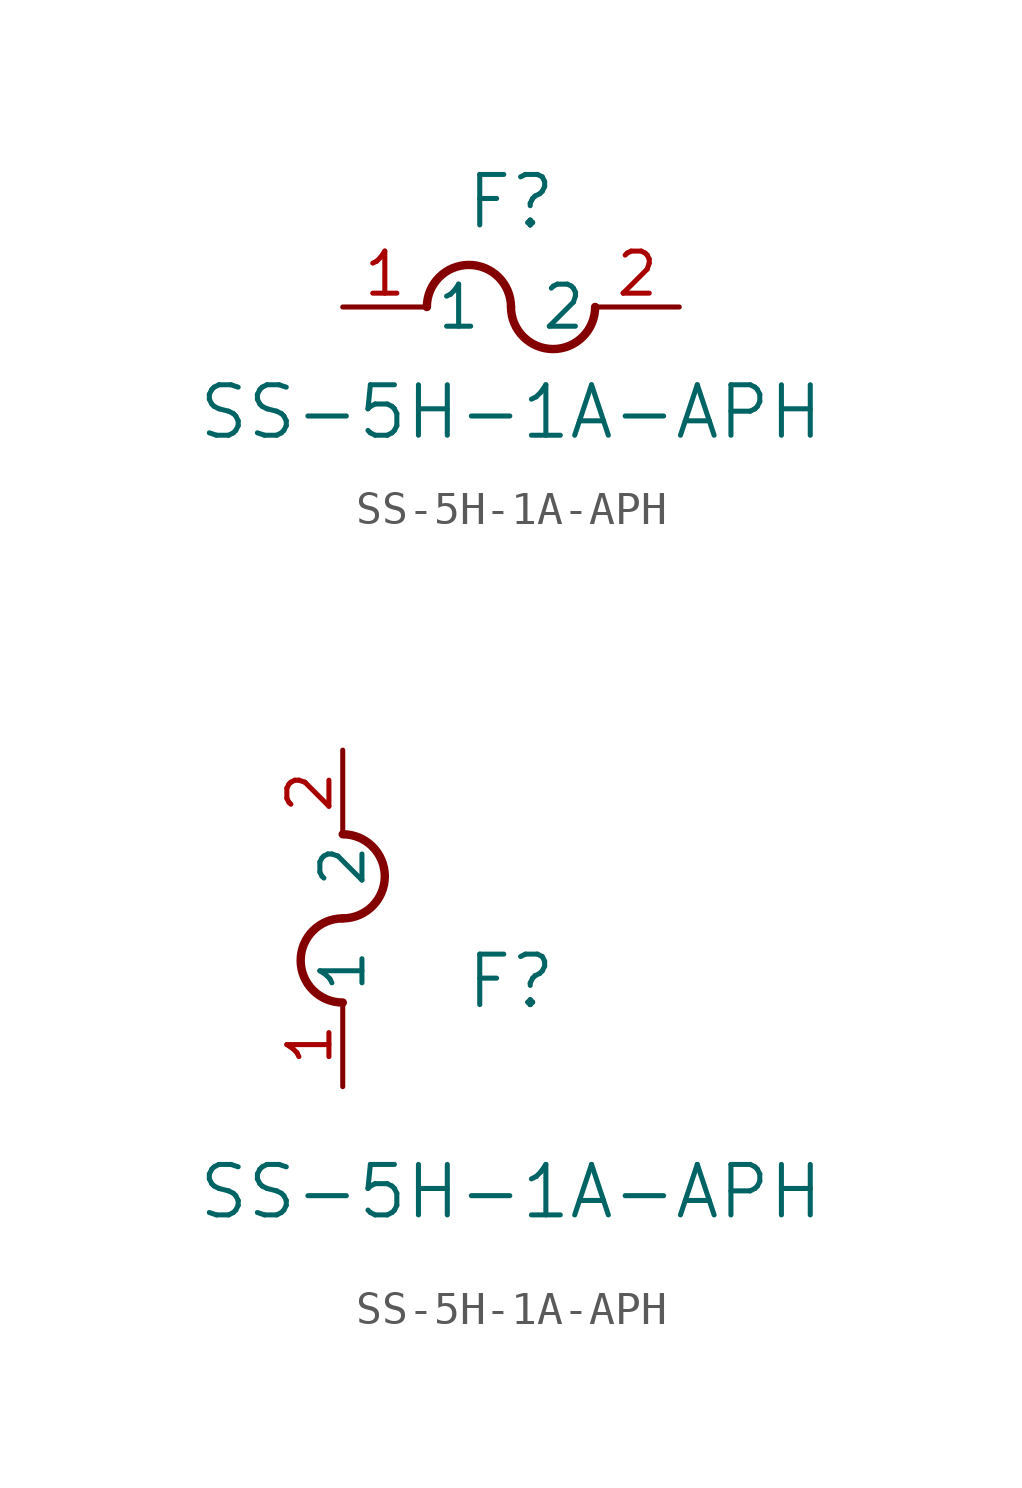
<source format=kicad_sym>
(kicad_symbol_lib
  (version 20211014)
  (generator kicad_symbol_editor)
  (symbol "SS-5H-1A-APH"
    (pin_names
      (offset 0.254))
    (property "Reference" "F"
      (at 5.08 3.175 0)
      (effects (font (size 1.524 1.524))))
    (property "Value" "SS-5H-1A-APH"
      (at 5.08 -3.175 0)
      (effects (font (size 1.524 1.524))))
    (symbol "SS-5H-1A-APH_1_1"
      (arc (start 5.08 0) (mid 3.81 1.27) (end 2.54 0) (stroke (width 0.254) (type default) (color 0 0 0 0)) (fill (type none)))
      (arc (start 5.08 0) (mid 6.35 -1.27) (end 7.62 0) (stroke (width 0.254) (type default) (color 0 0 0 0)) (fill (type none)))
      (pin unspecified line (at 0 0 0) (length 2.54) (name "1" (effects (font (size 1.27 1.27)))) (number "1" (effects (font (size 1.27 1.27)))))
      (pin unspecified line (at 10.16 0 180) (length 2.54) (name "2" (effects (font (size 1.27 1.27)))) (number "2" (effects (font (size 1.27 1.27))))))
    (symbol "SS-5H-1A-APH_1_2"
      (arc (start 0 5.08) (mid -1.27 3.81) (end 0 2.54) (stroke (width 0.254) (type default) (color 0 0 0 0)) (fill (type none)))
      (arc (start 0 5.08) (mid 1.27 6.35) (end 0 7.62) (stroke (width 0.254) (type default) (color 0 0 0 0)) (fill (type none)))
      (pin unspecified line (at 0 0 90) (length 2.54) (name "1" (effects (font (size 1.27 1.27)))) (number "1" (effects (font (size 1.27 1.27)))))
      (pin unspecified line (at 0 10.16 270) (length 2.54) (name "2" (effects (font (size 1.27 1.27)))) (number "2" (effects (font (size 1.27 1.27))))))))
</source>
